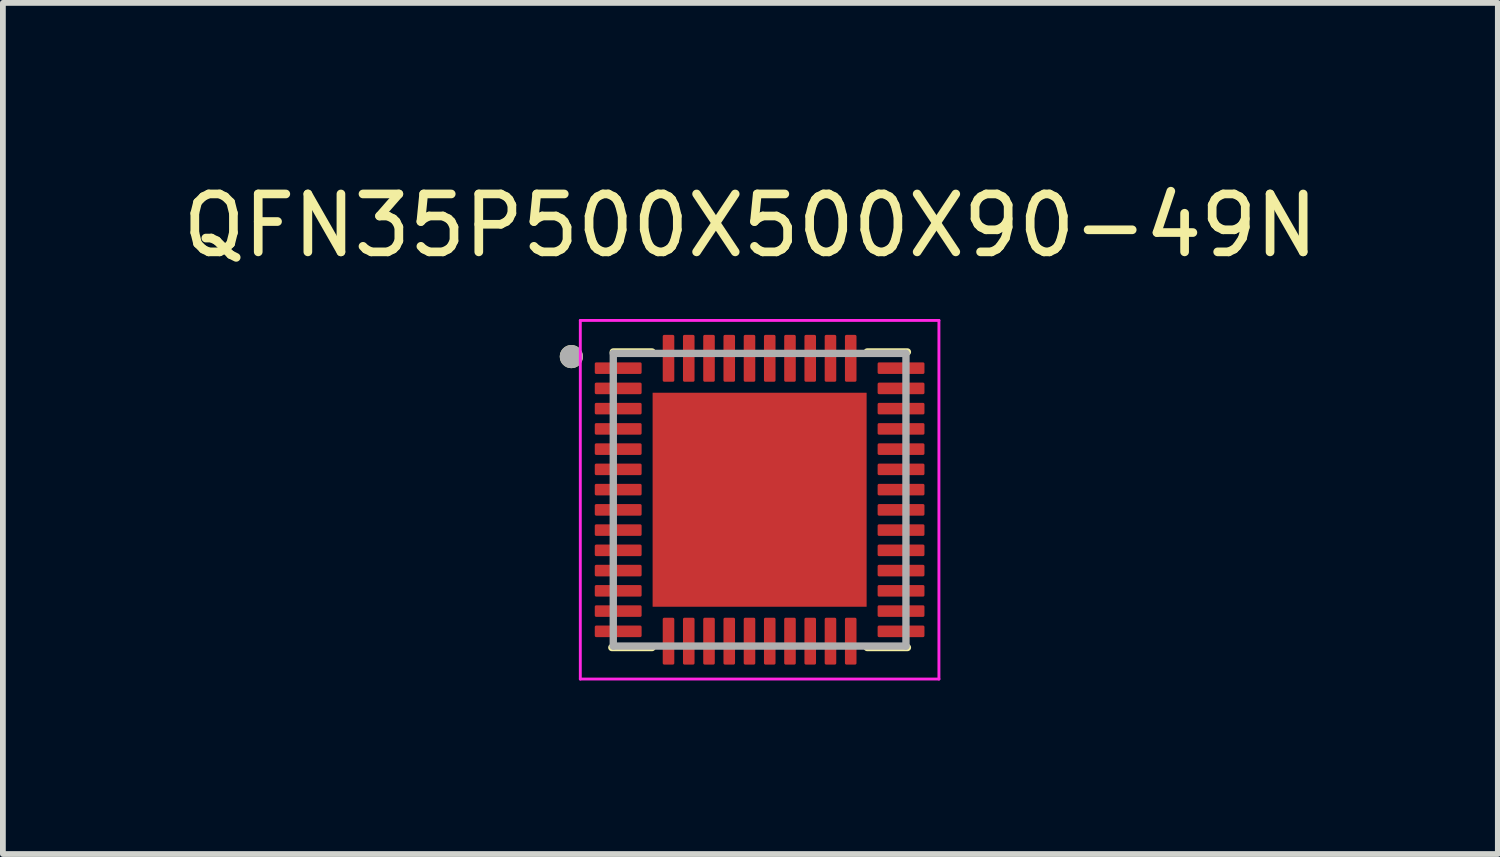
<source format=kicad_pcb>
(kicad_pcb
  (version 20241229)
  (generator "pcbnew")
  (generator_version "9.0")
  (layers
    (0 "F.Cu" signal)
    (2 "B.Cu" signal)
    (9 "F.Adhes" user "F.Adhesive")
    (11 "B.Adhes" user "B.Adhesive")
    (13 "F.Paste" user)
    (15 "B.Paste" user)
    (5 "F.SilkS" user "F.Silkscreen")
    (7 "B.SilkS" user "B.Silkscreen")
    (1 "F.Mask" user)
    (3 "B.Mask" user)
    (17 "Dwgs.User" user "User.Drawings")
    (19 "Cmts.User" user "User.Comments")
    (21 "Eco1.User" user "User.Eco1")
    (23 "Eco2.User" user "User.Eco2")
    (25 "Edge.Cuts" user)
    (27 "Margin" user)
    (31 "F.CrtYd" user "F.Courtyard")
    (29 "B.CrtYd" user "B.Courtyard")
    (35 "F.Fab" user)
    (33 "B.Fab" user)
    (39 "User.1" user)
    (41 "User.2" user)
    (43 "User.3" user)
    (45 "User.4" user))
  (footprint "QFN35P500X500X90-49N"
    (layer "F.Cu")
    (at 10.083 5.59)
    (property "Reference" "QFN35P500X500X90-49N" (at -0.16 -4.741 0) (layer "F.SilkS") (effects (font (size 1.001 1.001) (thickness 0.15))))
    (attr smd)
    (fp_line (start -2.555 2.555) (end -1.86 2.555) (stroke (width 0.127) (type solid)) (layer "F.SilkS"))
    (fp_line (start -2.53 -2.555) (end -1.86 -2.555) (stroke (width 0.127) (type solid)) (layer "F.SilkS"))
    (fp_line (start 2.555 -2.555) (end 1.86 -2.555) (stroke (width 0.127) (type solid)) (layer "F.SilkS"))
    (fp_line (start 2.555 2.555) (end 1.86 2.555) (stroke (width 0.127) (type solid)) (layer "F.SilkS"))
    (fp_circle (center -3.255 -2.475) (end -3.155 -2.475) (stroke (width 0.2) (type solid)) (fill no) (layer "F.SilkS"))
    (fp_poly (pts (xy -1.398 -1.395) (xy -0.225 -1.395) (xy -0.225 -0.225) (xy -1.398 -0.225)) (stroke (width 0.01) (type solid)) (fill yes) (layer "F.Paste"))
    (fp_poly (pts (xy -1.395 0.225) (xy -0.225 0.225) (xy -0.225 1.395) (xy -1.395 1.395)) (stroke (width 0.01) (type solid)) (fill yes) (layer "F.Paste"))
    (fp_poly (pts (xy 0.225 0.225) (xy 1.395 0.225) (xy 1.395 1.397) (xy 0.225 1.397)) (stroke (width 0.01) (type solid)) (fill yes) (layer "F.Paste"))
    (fp_poly (pts (xy 0.225 -1.395) (xy 1.395 -1.395) (xy 1.395 -0.225) (xy 0.225 -0.225)) (stroke (width 0.01) (type solid)) (fill yes) (layer "F.Paste"))
    (fp_line (start -3.1 -3.1) (end 3.1 -3.1) (stroke (width 0.05) (type solid)) (layer "F.CrtYd"))
    (fp_line (start -3.1 3.1) (end -3.1 -3.1) (stroke (width 0.05) (type solid)) (layer "F.CrtYd"))
    (fp_line (start -3.1 3.1) (end 3.1 3.1) (stroke (width 0.05) (type solid)) (layer "F.CrtYd"))
    (fp_line (start 3.1 3.1) (end 3.1 -3.1) (stroke (width 0.05) (type solid)) (layer "F.CrtYd"))
    (fp_line (start -2.53 2.53) (end -2.53 -2.53) (stroke (width 0.127) (type solid)) (layer "F.Fab"))
    (fp_line (start 2.53 -2.53) (end -2.53 -2.53) (stroke (width 0.127) (type solid)) (layer "F.Fab"))
    (fp_line (start 2.53 2.53) (end -2.53 2.53) (stroke (width 0.127) (type solid)) (layer "F.Fab"))
    (fp_line (start 2.53 2.53) (end 2.53 -2.53) (stroke (width 0.127) (type solid)) (layer "F.Fab"))
    (fp_circle (center -3.255 -2.475) (end -3.155 -2.475) (stroke (width 0.2) (type solid)) (fill no) (layer "F.Fab"))
    (pad "1" smd roundrect (at -2.445 -2.275) (size 0.81 0.2) (layers "F.Cu" "F.Mask" "F.Paste") (roundrect_rratio 0.125))
    (pad "2" smd roundrect (at -2.445 -1.925) (size 0.81 0.2) (layers "F.Cu" "F.Mask" "F.Paste") (roundrect_rratio 0.125))
    (pad "3" smd roundrect (at -2.445 -1.575) (size 0.81 0.2) (layers "F.Cu" "F.Mask" "F.Paste") (roundrect_rratio 0.125))
    (pad "4" smd roundrect (at -2.445 -1.225) (size 0.81 0.2) (layers "F.Cu" "F.Mask" "F.Paste") (roundrect_rratio 0.125))
    (pad "5" smd roundrect (at -2.445 -0.875) (size 0.81 0.2) (layers "F.Cu" "F.Mask" "F.Paste") (roundrect_rratio 0.125))
    (pad "6" smd roundrect (at -2.445 -0.525) (size 0.81 0.2) (layers "F.Cu" "F.Mask" "F.Paste") (roundrect_rratio 0.125))
    (pad "7" smd roundrect (at -2.445 -0.175) (size 0.81 0.2) (layers "F.Cu" "F.Mask" "F.Paste") (roundrect_rratio 0.125))
    (pad "8" smd roundrect (at -2.445 0.175) (size 0.81 0.2) (layers "F.Cu" "F.Mask" "F.Paste") (roundrect_rratio 0.125))
    (pad "9" smd roundrect (at -2.445 0.525) (size 0.81 0.2) (layers "F.Cu" "F.Mask" "F.Paste") (roundrect_rratio 0.125))
    (pad "10" smd roundrect (at -2.445 0.875) (size 0.81 0.2) (layers "F.Cu" "F.Mask" "F.Paste") (roundrect_rratio 0.125))
    (pad "11" smd roundrect (at -2.445 1.225) (size 0.81 0.2) (layers "F.Cu" "F.Mask" "F.Paste") (roundrect_rratio 0.125))
    (pad "12" smd roundrect (at -2.445 1.575) (size 0.81 0.2) (layers "F.Cu" "F.Mask" "F.Paste") (roundrect_rratio 0.125))
    (pad "13" smd roundrect (at -2.445 1.925) (size 0.81 0.2) (layers "F.Cu" "F.Mask" "F.Paste") (roundrect_rratio 0.125))
    (pad "14" smd roundrect (at -2.445 2.275) (size 0.81 0.2) (layers "F.Cu" "F.Mask" "F.Paste") (roundrect_rratio 0.125))
    (pad "15" smd roundrect (at -1.575 2.445 90) (size 0.81 0.2) (layers "F.Cu" "F.Mask" "F.Paste") (roundrect_rratio 0.125))
    (pad "16" smd roundrect (at -1.225 2.445 90) (size 0.81 0.2) (layers "F.Cu" "F.Mask" "F.Paste") (roundrect_rratio 0.125))
    (pad "17" smd roundrect (at -0.875 2.445 90) (size 0.81 0.2) (layers "F.Cu" "F.Mask" "F.Paste") (roundrect_rratio 0.125))
    (pad "18" smd roundrect (at -0.525 2.445 90) (size 0.81 0.2) (layers "F.Cu" "F.Mask" "F.Paste") (roundrect_rratio 0.125))
    (pad "19" smd roundrect (at -0.175 2.445 90) (size 0.81 0.2) (layers "F.Cu" "F.Mask" "F.Paste") (roundrect_rratio 0.125))
    (pad "20" smd roundrect (at 0.175 2.445 90) (size 0.81 0.2) (layers "F.Cu" "F.Mask" "F.Paste") (roundrect_rratio 0.125))
    (pad "21" smd roundrect (at 0.525 2.445 90) (size 0.81 0.2) (layers "F.Cu" "F.Mask" "F.Paste") (roundrect_rratio 0.125))
    (pad "22" smd roundrect (at 0.875 2.445 90) (size 0.81 0.2) (layers "F.Cu" "F.Mask" "F.Paste") (roundrect_rratio 0.125))
    (pad "23" smd roundrect (at 1.225 2.445 90) (size 0.81 0.2) (layers "F.Cu" "F.Mask" "F.Paste") (roundrect_rratio 0.125))
    (pad "24" smd roundrect (at 1.575 2.445 90) (size 0.81 0.2) (layers "F.Cu" "F.Mask" "F.Paste") (roundrect_rratio 0.125))
    (pad "25" smd roundrect (at 2.445 2.275) (size 0.81 0.2) (layers "F.Cu" "F.Mask" "F.Paste") (roundrect_rratio 0.125))
    (pad "26" smd roundrect (at 2.445 1.925) (size 0.81 0.2) (layers "F.Cu" "F.Mask" "F.Paste") (roundrect_rratio 0.125))
    (pad "27" smd roundrect (at 2.445 1.575) (size 0.81 0.2) (layers "F.Cu" "F.Mask" "F.Paste") (roundrect_rratio 0.125))
    (pad "28" smd roundrect (at 2.445 1.225) (size 0.81 0.2) (layers "F.Cu" "F.Mask" "F.Paste") (roundrect_rratio 0.125))
    (pad "29" smd roundrect (at 2.445 0.875) (size 0.81 0.2) (layers "F.Cu" "F.Mask" "F.Paste") (roundrect_rratio 0.125))
    (pad "30" smd roundrect (at 2.445 0.525) (size 0.81 0.2) (layers "F.Cu" "F.Mask" "F.Paste") (roundrect_rratio 0.125))
    (pad "31" smd roundrect (at 2.445 0.175) (size 0.81 0.2) (layers "F.Cu" "F.Mask" "F.Paste") (roundrect_rratio 0.125))
    (pad "32" smd roundrect (at 2.445 -0.175) (size 0.81 0.2) (layers "F.Cu" "F.Mask" "F.Paste") (roundrect_rratio 0.125))
    (pad "33" smd roundrect (at 2.445 -0.525) (size 0.81 0.2) (layers "F.Cu" "F.Mask" "F.Paste") (roundrect_rratio 0.125))
    (pad "34" smd roundrect (at 2.445 -0.875) (size 0.81 0.2) (layers "F.Cu" "F.Mask" "F.Paste") (roundrect_rratio 0.125))
    (pad "35" smd roundrect (at 2.445 -1.225) (size 0.81 0.2) (layers "F.Cu" "F.Mask" "F.Paste") (roundrect_rratio 0.125))
    (pad "36" smd roundrect (at 2.445 -1.575) (size 0.81 0.2) (layers "F.Cu" "F.Mask" "F.Paste") (roundrect_rratio 0.125))
    (pad "37" smd roundrect (at 2.445 -1.925) (size 0.81 0.2) (layers "F.Cu" "F.Mask" "F.Paste") (roundrect_rratio 0.125))
    (pad "38" smd roundrect (at 2.445 -2.275) (size 0.81 0.2) (layers "F.Cu" "F.Mask" "F.Paste") (roundrect_rratio 0.125))
    (pad "39" smd roundrect (at 1.575 -2.445 90) (size 0.81 0.2) (layers "F.Cu" "F.Mask" "F.Paste") (roundrect_rratio 0.125))
    (pad "40" smd roundrect (at 1.225 -2.445 90) (size 0.81 0.2) (layers "F.Cu" "F.Mask" "F.Paste") (roundrect_rratio 0.125))
    (pad "41" smd roundrect (at 0.875 -2.445 90) (size 0.81 0.2) (layers "F.Cu" "F.Mask" "F.Paste") (roundrect_rratio 0.125))
    (pad "42" smd roundrect (at 0.525 -2.445 90) (size 0.81 0.2) (layers "F.Cu" "F.Mask" "F.Paste") (roundrect_rratio 0.125))
    (pad "43" smd roundrect (at 0.175 -2.445 90) (size 0.81 0.2) (layers "F.Cu" "F.Mask" "F.Paste") (roundrect_rratio 0.125))
    (pad "44" smd roundrect (at -0.175 -2.445 90) (size 0.81 0.2) (layers "F.Cu" "F.Mask" "F.Paste") (roundrect_rratio 0.125))
    (pad "45" smd roundrect (at -0.525 -2.445 90) (size 0.81 0.2) (layers "F.Cu" "F.Mask" "F.Paste") (roundrect_rratio 0.125))
    (pad "46" smd roundrect (at -0.875 -2.445 90) (size 0.81 0.2) (layers "F.Cu" "F.Mask" "F.Paste") (roundrect_rratio 0.125))
    (pad "47" smd roundrect (at -1.225 -2.445 90) (size 0.81 0.2) (layers "F.Cu" "F.Mask" "F.Paste") (roundrect_rratio 0.125))
    (pad "48" smd roundrect (at -1.575 -2.445 90) (size 0.81 0.2) (layers "F.Cu" "F.Mask" "F.Paste") (roundrect_rratio 0.125))
    (pad "49" smd rect (at 0 0) (size 3.7 3.7) (layers "F.Cu" "F.Mask")))
  (gr_rect
    (start -3 -3)
    (end 22.846 11.715)
    (stroke (width 0.1) (type default))
    (fill no)
    (layer "Edge.Cuts")))
</source>
